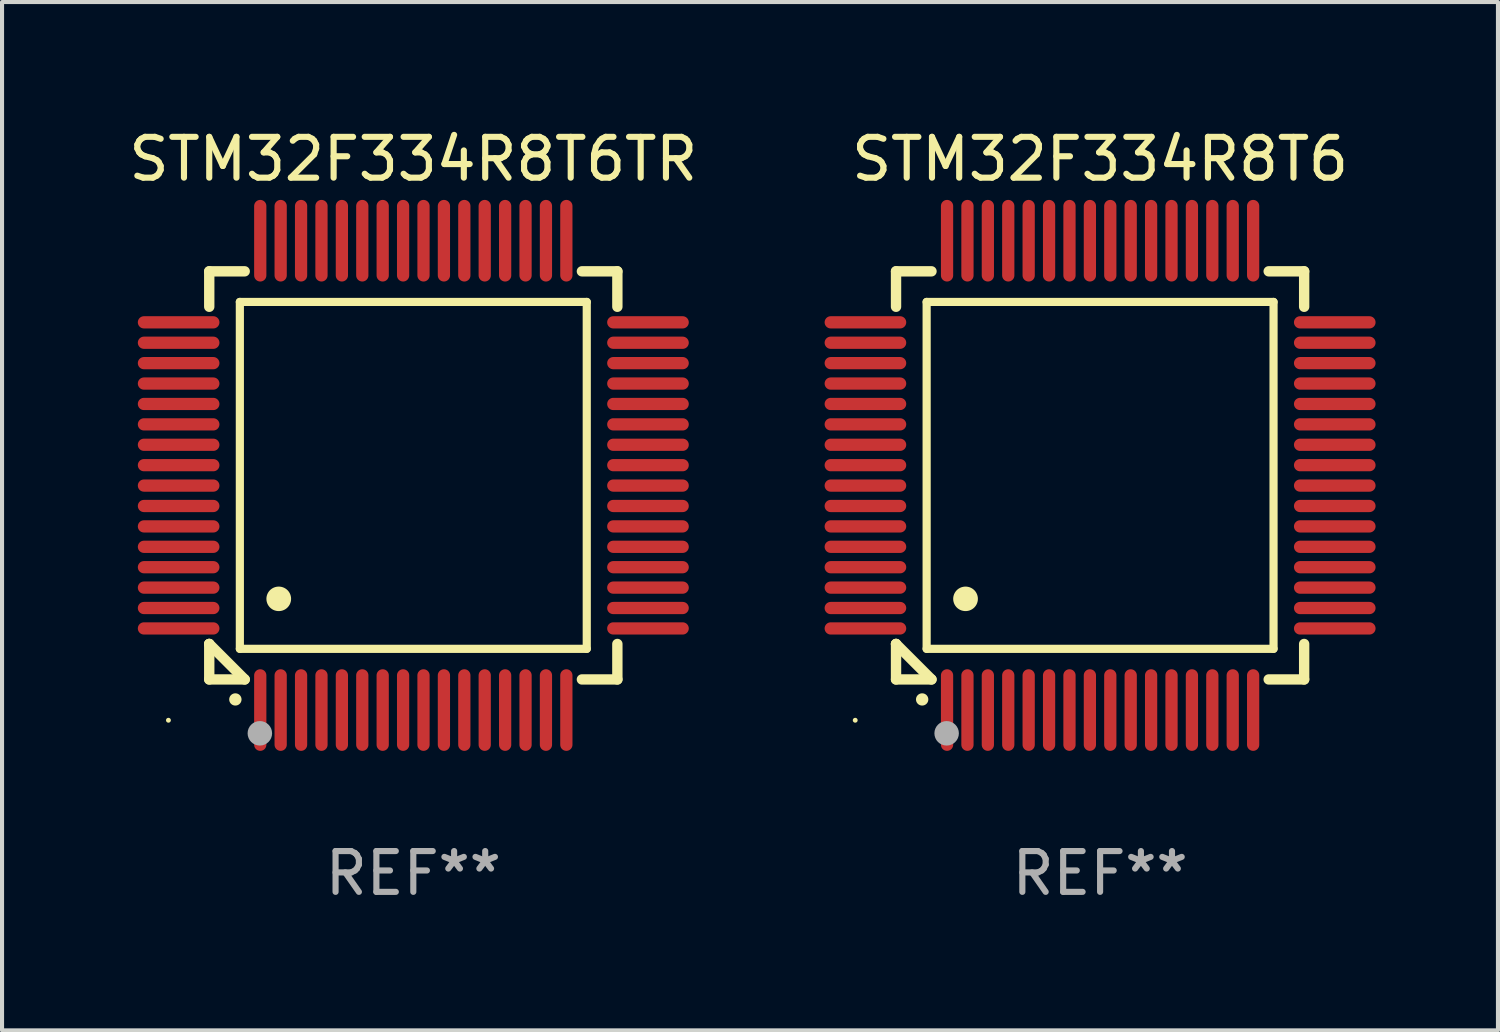
<source format=kicad_pcb>
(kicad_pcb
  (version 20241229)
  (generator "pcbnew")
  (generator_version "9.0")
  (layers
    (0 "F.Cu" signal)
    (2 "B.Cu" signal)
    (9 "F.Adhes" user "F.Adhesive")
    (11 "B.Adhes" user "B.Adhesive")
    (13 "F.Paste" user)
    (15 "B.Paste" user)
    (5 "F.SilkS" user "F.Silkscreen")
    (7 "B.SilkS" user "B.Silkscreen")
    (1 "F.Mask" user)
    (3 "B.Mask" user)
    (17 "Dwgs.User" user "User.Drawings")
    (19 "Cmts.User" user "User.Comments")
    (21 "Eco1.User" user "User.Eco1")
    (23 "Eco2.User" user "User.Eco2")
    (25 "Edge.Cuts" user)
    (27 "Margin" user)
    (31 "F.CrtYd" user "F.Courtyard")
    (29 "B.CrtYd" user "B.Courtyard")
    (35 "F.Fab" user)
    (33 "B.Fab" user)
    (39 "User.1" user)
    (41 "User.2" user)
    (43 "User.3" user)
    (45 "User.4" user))
  (footprint "STM32F334R8T6TR"
    (layer "F.Cu")
    (at 7.077 8.598)
    (property "Reference" "STM32F334R8T6TR" (at 0 -7.75 0) (layer "F.SilkS") (effects (font (size 1 1) (thickness 0.15))))
    (attr through_hole)
    (fp_line (start -5 -5) (end -4.131 -5) (stroke (width 0.254) (type solid)) (layer "F.SilkS"))
    (fp_line (start -5 -4.131) (end -5 -5) (stroke (width 0.254) (type solid)) (layer "F.SilkS"))
    (fp_line (start -5 4.131) (end -5 4.131) (stroke (width 0.254) (type solid)) (layer "F.SilkS"))
    (fp_line (start -5 5) (end -5 4.131) (stroke (width 0.254) (type solid)) (layer "F.SilkS"))
    (fp_line (start -5 4.131) (end -4.131 5) (stroke (width 0.254) (type solid)) (layer "F.SilkS"))
    (fp_line (start -4.25 -4.25) (end -4.25 4.25) (stroke (width 0.2) (type solid)) (layer "F.SilkS"))
    (fp_line (start -4.25 4.25) (end 4.25 4.25) (stroke (width 0.2) (type solid)) (layer "F.SilkS"))
    (fp_line (start -4.131 5) (end -5 5) (stroke (width 0.254) (type solid)) (layer "F.SilkS"))
    (fp_line (start 4.25 -4.25) (end -4.25 -4.25) (stroke (width 0.2) (type solid)) (layer "F.SilkS"))
    (fp_line (start 4.25 4.25) (end 4.25 -4.25) (stroke (width 0.2) (type solid)) (layer "F.SilkS"))
    (fp_line (start 5 -5) (end 4.131 -5) (stroke (width 0.254) (type solid)) (layer "F.SilkS"))
    (fp_line (start 5 -5) (end 5 -4.131) (stroke (width 0.254) (type solid)) (layer "F.SilkS"))
    (fp_line (start 5 4.131) (end 5 5) (stroke (width 0.254) (type solid)) (layer "F.SilkS"))
    (fp_line (start 5 5) (end 4.131 5) (stroke (width 0.254) (type solid)) (layer "F.SilkS"))
    (fp_arc (start -4.361265 5.489992) (mid -4.359995 5.489987) (end -4.358725 5.489992) (stroke (width 0.3) (type solid)) (layer "F.SilkS"))
    (fp_arc (start -3.299467 3.025146) (mid -3.296927 3.025135) (end -3.294387 3.025146) (stroke (width 0.6) (type solid)) (layer "F.SilkS"))
    (fp_circle (center -6 6) (end -5.97 6) (stroke (width 0.06) (type solid)) (fill no) (layer "F.SilkS"))
    (fp_circle (center -3.76 6.32) (end -3.61 6.32) (stroke (width 0.3) (type solid)) (fill no) (layer "F.Fab"))
    (fp_text user "REF**" (at 0 9.75 0) (layer "F.Fab") (effects (font (size 1 1) (thickness 0.15))))
    (pad "1" smd oval (at -3.75 5.75) (size 0.3 2) (layers "F.Cu" "F.Mask" "F.Paste"))
    (pad "2" smd oval (at -3.25 5.75) (size 0.3 2) (layers "F.Cu" "F.Mask" "F.Paste"))
    (pad "3" smd oval (at -2.75 5.75) (size 0.3 2) (layers "F.Cu" "F.Mask" "F.Paste"))
    (pad "4" smd oval (at -2.25 5.75) (size 0.3 2) (layers "F.Cu" "F.Mask" "F.Paste"))
    (pad "5" smd oval (at -1.75 5.75) (size 0.3 2) (layers "F.Cu" "F.Mask" "F.Paste"))
    (pad "6" smd oval (at -1.25 5.75) (size 0.3 2) (layers "F.Cu" "F.Mask" "F.Paste"))
    (pad "7" smd oval (at -0.75 5.75) (size 0.3 2) (layers "F.Cu" "F.Mask" "F.Paste"))
    (pad "8" smd oval (at -0.25 5.75) (size 0.3 2) (layers "F.Cu" "F.Mask" "F.Paste"))
    (pad "9" smd oval (at 0.25 5.75) (size 0.3 2) (layers "F.Cu" "F.Mask" "F.Paste"))
    (pad "10" smd oval (at 0.75 5.75) (size 0.3 2) (layers "F.Cu" "F.Mask" "F.Paste"))
    (pad "11" smd oval (at 1.25 5.75) (size 0.3 2) (layers "F.Cu" "F.Mask" "F.Paste"))
    (pad "12" smd oval (at 1.75 5.75) (size 0.3 2) (layers "F.Cu" "F.Mask" "F.Paste"))
    (pad "13" smd oval (at 2.25 5.75) (size 0.3 2) (layers "F.Cu" "F.Mask" "F.Paste"))
    (pad "14" smd oval (at 2.75 5.75) (size 0.3 2) (layers "F.Cu" "F.Mask" "F.Paste"))
    (pad "15" smd oval (at 3.25 5.75) (size 0.3 2) (layers "F.Cu" "F.Mask" "F.Paste"))
    (pad "16" smd oval (at 3.75 5.75) (size 0.3 2) (layers "F.Cu" "F.Mask" "F.Paste"))
    (pad "17" smd oval (at 5.75 3.75) (size 2 0.3) (layers "F.Cu" "F.Mask" "F.Paste"))
    (pad "18" smd oval (at 5.75 3.25) (size 2 0.3) (layers "F.Cu" "F.Mask" "F.Paste"))
    (pad "19" smd oval (at 5.75 2.75) (size 2 0.3) (layers "F.Cu" "F.Mask" "F.Paste"))
    (pad "20" smd oval (at 5.75 2.25) (size 2 0.3) (layers "F.Cu" "F.Mask" "F.Paste"))
    (pad "21" smd oval (at 5.75 1.75) (size 2 0.3) (layers "F.Cu" "F.Mask" "F.Paste"))
    (pad "22" smd oval (at 5.75 1.25) (size 2 0.3) (layers "F.Cu" "F.Mask" "F.Paste"))
    (pad "23" smd oval (at 5.75 0.75) (size 2 0.3) (layers "F.Cu" "F.Mask" "F.Paste"))
    (pad "24" smd oval (at 5.75 0.25) (size 2 0.3) (layers "F.Cu" "F.Mask" "F.Paste"))
    (pad "25" smd oval (at 5.75 -0.25) (size 2 0.3) (layers "F.Cu" "F.Mask" "F.Paste"))
    (pad "26" smd oval (at 5.75 -0.75) (size 2 0.3) (layers "F.Cu" "F.Mask" "F.Paste"))
    (pad "27" smd oval (at 5.75 -1.25) (size 2 0.3) (layers "F.Cu" "F.Mask" "F.Paste"))
    (pad "28" smd oval (at 5.75 -1.75) (size 2 0.3) (layers "F.Cu" "F.Mask" "F.Paste"))
    (pad "29" smd oval (at 5.75 -2.25) (size 2 0.3) (layers "F.Cu" "F.Mask" "F.Paste"))
    (pad "30" smd oval (at 5.75 -2.75) (size 2 0.3) (layers "F.Cu" "F.Mask" "F.Paste"))
    (pad "31" smd oval (at 5.75 -3.25) (size 2 0.3) (layers "F.Cu" "F.Mask" "F.Paste"))
    (pad "32" smd oval (at 5.75 -3.75) (size 2 0.3) (layers "F.Cu" "F.Mask" "F.Paste"))
    (pad "33" smd oval (at 3.75 -5.75) (size 0.3 2) (layers "F.Cu" "F.Mask" "F.Paste"))
    (pad "34" smd oval (at 3.25 -5.75) (size 0.3 2) (layers "F.Cu" "F.Mask" "F.Paste"))
    (pad "35" smd oval (at 2.75 -5.75) (size 0.3 2) (layers "F.Cu" "F.Mask" "F.Paste"))
    (pad "36" smd oval (at 2.25 -5.75) (size 0.3 2) (layers "F.Cu" "F.Mask" "F.Paste"))
    (pad "37" smd oval (at 1.75 -5.75) (size 0.3 2) (layers "F.Cu" "F.Mask" "F.Paste"))
    (pad "38" smd oval (at 1.25 -5.75) (size 0.3 2) (layers "F.Cu" "F.Mask" "F.Paste"))
    (pad "39" smd oval (at 0.75 -5.75) (size 0.3 2) (layers "F.Cu" "F.Mask" "F.Paste"))
    (pad "40" smd oval (at 0.25 -5.75) (size 0.3 2) (layers "F.Cu" "F.Mask" "F.Paste"))
    (pad "41" smd oval (at -0.25 -5.75) (size 0.3 2) (layers "F.Cu" "F.Mask" "F.Paste"))
    (pad "42" smd oval (at -0.75 -5.75) (size 0.3 2) (layers "F.Cu" "F.Mask" "F.Paste"))
    (pad "43" smd oval (at -1.25 -5.75) (size 0.3 2) (layers "F.Cu" "F.Mask" "F.Paste"))
    (pad "44" smd oval (at -1.75 -5.75) (size 0.3 2) (layers "F.Cu" "F.Mask" "F.Paste"))
    (pad "45" smd oval (at -2.25 -5.75) (size 0.3 2) (layers "F.Cu" "F.Mask" "F.Paste"))
    (pad "46" smd oval (at -2.75 -5.75) (size 0.3 2) (layers "F.Cu" "F.Mask" "F.Paste"))
    (pad "47" smd oval (at -3.25 -5.75) (size 0.3 2) (layers "F.Cu" "F.Mask" "F.Paste"))
    (pad "48" smd oval (at -3.75 -5.75) (size 0.3 2) (layers "F.Cu" "F.Mask" "F.Paste"))
    (pad "49" smd oval (at -5.75 -3.75) (size 2 0.3) (layers "F.Cu" "F.Mask" "F.Paste"))
    (pad "50" smd oval (at -5.75 -3.25) (size 2 0.3) (layers "F.Cu" "F.Mask" "F.Paste"))
    (pad "51" smd oval (at -5.75 -2.75) (size 2 0.3) (layers "F.Cu" "F.Mask" "F.Paste"))
    (pad "52" smd oval (at -5.75 -2.25) (size 2 0.3) (layers "F.Cu" "F.Mask" "F.Paste"))
    (pad "53" smd oval (at -5.75 -1.75) (size 2 0.3) (layers "F.Cu" "F.Mask" "F.Paste"))
    (pad "54" smd oval (at -5.75 -1.25) (size 2 0.3) (layers "F.Cu" "F.Mask" "F.Paste"))
    (pad "55" smd oval (at -5.75 -0.75) (size 2 0.3) (layers "F.Cu" "F.Mask" "F.Paste"))
    (pad "56" smd oval (at -5.75 -0.25) (size 2 0.3) (layers "F.Cu" "F.Mask" "F.Paste"))
    (pad "57" smd oval (at -5.75 0.25) (size 2 0.3) (layers "F.Cu" "F.Mask" "F.Paste"))
    (pad "58" smd oval (at -5.75 0.75) (size 2 0.3) (layers "F.Cu" "F.Mask" "F.Paste"))
    (pad "59" smd oval (at -5.75 1.25) (size 2 0.3) (layers "F.Cu" "F.Mask" "F.Paste"))
    (pad "60" smd oval (at -5.75 1.75) (size 2 0.3) (layers "F.Cu" "F.Mask" "F.Paste"))
    (pad "61" smd oval (at -5.75 2.25) (size 2 0.3) (layers "F.Cu" "F.Mask" "F.Paste"))
    (pad "62" smd oval (at -5.75 2.75) (size 2 0.3) (layers "F.Cu" "F.Mask" "F.Paste"))
    (pad "63" smd oval (at -5.75 3.25) (size 2 0.3) (layers "F.Cu" "F.Mask" "F.Paste"))
    (pad "64" smd oval (at -5.75 3.75) (size 2 0.3) (layers "F.Cu" "F.Mask" "F.Paste")))
  (footprint "STM32F334R8T6"
    (layer "F.Cu")
    (at 23.905 8.598)
    (property "Reference" "STM32F334R8T6" (at 0 -7.75 0) (layer "F.SilkS") (effects (font (size 1 1) (thickness 0.15))))
    (attr through_hole)
    (fp_line (start -5 -5) (end -4.131 -5) (stroke (width 0.254) (type solid)) (layer "F.SilkS"))
    (fp_line (start -5 -4.131) (end -5 -5) (stroke (width 0.254) (type solid)) (layer "F.SilkS"))
    (fp_line (start -5 4.131) (end -5 4.131) (stroke (width 0.254) (type solid)) (layer "F.SilkS"))
    (fp_line (start -5 5) (end -5 4.131) (stroke (width 0.254) (type solid)) (layer "F.SilkS"))
    (fp_line (start -5 4.131) (end -4.131 5) (stroke (width 0.254) (type solid)) (layer "F.SilkS"))
    (fp_line (start -4.25 -4.25) (end -4.25 4.25) (stroke (width 0.2) (type solid)) (layer "F.SilkS"))
    (fp_line (start -4.25 4.25) (end 4.25 4.25) (stroke (width 0.2) (type solid)) (layer "F.SilkS"))
    (fp_line (start -4.131 5) (end -5 5) (stroke (width 0.254) (type solid)) (layer "F.SilkS"))
    (fp_line (start 4.25 -4.25) (end -4.25 -4.25) (stroke (width 0.2) (type solid)) (layer "F.SilkS"))
    (fp_line (start 4.25 4.25) (end 4.25 -4.25) (stroke (width 0.2) (type solid)) (layer "F.SilkS"))
    (fp_line (start 5 -5) (end 4.131 -5) (stroke (width 0.254) (type solid)) (layer "F.SilkS"))
    (fp_line (start 5 -5) (end 5 -4.131) (stroke (width 0.254) (type solid)) (layer "F.SilkS"))
    (fp_line (start 5 4.131) (end 5 5) (stroke (width 0.254) (type solid)) (layer "F.SilkS"))
    (fp_line (start 5 5) (end 4.131 5) (stroke (width 0.254) (type solid)) (layer "F.SilkS"))
    (fp_arc (start -4.361265 5.489992) (mid -4.359995 5.489987) (end -4.358725 5.489992) (stroke (width 0.3) (type solid)) (layer "F.SilkS"))
    (fp_arc (start -3.299467 3.025146) (mid -3.296927 3.025135) (end -3.294387 3.025146) (stroke (width 0.6) (type solid)) (layer "F.SilkS"))
    (fp_circle (center -6 6) (end -5.97 6) (stroke (width 0.06) (type solid)) (fill no) (layer "F.SilkS"))
    (fp_circle (center -3.76 6.32) (end -3.61 6.32) (stroke (width 0.3) (type solid)) (fill no) (layer "F.Fab"))
    (fp_text user "REF**" (at 0 9.75 0) (layer "F.Fab") (effects (font (size 1 1) (thickness 0.15))))
    (pad "1" smd oval (at -3.75 5.75) (size 0.3 2) (layers "F.Cu" "F.Mask" "F.Paste"))
    (pad "2" smd oval (at -3.25 5.75) (size 0.3 2) (layers "F.Cu" "F.Mask" "F.Paste"))
    (pad "3" smd oval (at -2.75 5.75) (size 0.3 2) (layers "F.Cu" "F.Mask" "F.Paste"))
    (pad "4" smd oval (at -2.25 5.75) (size 0.3 2) (layers "F.Cu" "F.Mask" "F.Paste"))
    (pad "5" smd oval (at -1.75 5.75) (size 0.3 2) (layers "F.Cu" "F.Mask" "F.Paste"))
    (pad "6" smd oval (at -1.25 5.75) (size 0.3 2) (layers "F.Cu" "F.Mask" "F.Paste"))
    (pad "7" smd oval (at -0.75 5.75) (size 0.3 2) (layers "F.Cu" "F.Mask" "F.Paste"))
    (pad "8" smd oval (at -0.25 5.75) (size 0.3 2) (layers "F.Cu" "F.Mask" "F.Paste"))
    (pad "9" smd oval (at 0.25 5.75) (size 0.3 2) (layers "F.Cu" "F.Mask" "F.Paste"))
    (pad "10" smd oval (at 0.75 5.75) (size 0.3 2) (layers "F.Cu" "F.Mask" "F.Paste"))
    (pad "11" smd oval (at 1.25 5.75) (size 0.3 2) (layers "F.Cu" "F.Mask" "F.Paste"))
    (pad "12" smd oval (at 1.75 5.75) (size 0.3 2) (layers "F.Cu" "F.Mask" "F.Paste"))
    (pad "13" smd oval (at 2.25 5.75) (size 0.3 2) (layers "F.Cu" "F.Mask" "F.Paste"))
    (pad "14" smd oval (at 2.75 5.75) (size 0.3 2) (layers "F.Cu" "F.Mask" "F.Paste"))
    (pad "15" smd oval (at 3.25 5.75) (size 0.3 2) (layers "F.Cu" "F.Mask" "F.Paste"))
    (pad "16" smd oval (at 3.75 5.75) (size 0.3 2) (layers "F.Cu" "F.Mask" "F.Paste"))
    (pad "17" smd oval (at 5.75 3.75) (size 2 0.3) (layers "F.Cu" "F.Mask" "F.Paste"))
    (pad "18" smd oval (at 5.75 3.25) (size 2 0.3) (layers "F.Cu" "F.Mask" "F.Paste"))
    (pad "19" smd oval (at 5.75 2.75) (size 2 0.3) (layers "F.Cu" "F.Mask" "F.Paste"))
    (pad "20" smd oval (at 5.75 2.25) (size 2 0.3) (layers "F.Cu" "F.Mask" "F.Paste"))
    (pad "21" smd oval (at 5.75 1.75) (size 2 0.3) (layers "F.Cu" "F.Mask" "F.Paste"))
    (pad "22" smd oval (at 5.75 1.25) (size 2 0.3) (layers "F.Cu" "F.Mask" "F.Paste"))
    (pad "23" smd oval (at 5.75 0.75) (size 2 0.3) (layers "F.Cu" "F.Mask" "F.Paste"))
    (pad "24" smd oval (at 5.75 0.25) (size 2 0.3) (layers "F.Cu" "F.Mask" "F.Paste"))
    (pad "25" smd oval (at 5.75 -0.25) (size 2 0.3) (layers "F.Cu" "F.Mask" "F.Paste"))
    (pad "26" smd oval (at 5.75 -0.75) (size 2 0.3) (layers "F.Cu" "F.Mask" "F.Paste"))
    (pad "27" smd oval (at 5.75 -1.25) (size 2 0.3) (layers "F.Cu" "F.Mask" "F.Paste"))
    (pad "28" smd oval (at 5.75 -1.75) (size 2 0.3) (layers "F.Cu" "F.Mask" "F.Paste"))
    (pad "29" smd oval (at 5.75 -2.25) (size 2 0.3) (layers "F.Cu" "F.Mask" "F.Paste"))
    (pad "30" smd oval (at 5.75 -2.75) (size 2 0.3) (layers "F.Cu" "F.Mask" "F.Paste"))
    (pad "31" smd oval (at 5.75 -3.25) (size 2 0.3) (layers "F.Cu" "F.Mask" "F.Paste"))
    (pad "32" smd oval (at 5.75 -3.75) (size 2 0.3) (layers "F.Cu" "F.Mask" "F.Paste"))
    (pad "33" smd oval (at 3.75 -5.75) (size 0.3 2) (layers "F.Cu" "F.Mask" "F.Paste"))
    (pad "34" smd oval (at 3.25 -5.75) (size 0.3 2) (layers "F.Cu" "F.Mask" "F.Paste"))
    (pad "35" smd oval (at 2.75 -5.75) (size 0.3 2) (layers "F.Cu" "F.Mask" "F.Paste"))
    (pad "36" smd oval (at 2.25 -5.75) (size 0.3 2) (layers "F.Cu" "F.Mask" "F.Paste"))
    (pad "37" smd oval (at 1.75 -5.75) (size 0.3 2) (layers "F.Cu" "F.Mask" "F.Paste"))
    (pad "38" smd oval (at 1.25 -5.75) (size 0.3 2) (layers "F.Cu" "F.Mask" "F.Paste"))
    (pad "39" smd oval (at 0.75 -5.75) (size 0.3 2) (layers "F.Cu" "F.Mask" "F.Paste"))
    (pad "40" smd oval (at 0.25 -5.75) (size 0.3 2) (layers "F.Cu" "F.Mask" "F.Paste"))
    (pad "41" smd oval (at -0.25 -5.75) (size 0.3 2) (layers "F.Cu" "F.Mask" "F.Paste"))
    (pad "42" smd oval (at -0.75 -5.75) (size 0.3 2) (layers "F.Cu" "F.Mask" "F.Paste"))
    (pad "43" smd oval (at -1.25 -5.75) (size 0.3 2) (layers "F.Cu" "F.Mask" "F.Paste"))
    (pad "44" smd oval (at -1.75 -5.75) (size 0.3 2) (layers "F.Cu" "F.Mask" "F.Paste"))
    (pad "45" smd oval (at -2.25 -5.75) (size 0.3 2) (layers "F.Cu" "F.Mask" "F.Paste"))
    (pad "46" smd oval (at -2.75 -5.75) (size 0.3 2) (layers "F.Cu" "F.Mask" "F.Paste"))
    (pad "47" smd oval (at -3.25 -5.75) (size 0.3 2) (layers "F.Cu" "F.Mask" "F.Paste"))
    (pad "48" smd oval (at -3.75 -5.75) (size 0.3 2) (layers "F.Cu" "F.Mask" "F.Paste"))
    (pad "49" smd oval (at -5.75 -3.75) (size 2 0.3) (layers "F.Cu" "F.Mask" "F.Paste"))
    (pad "50" smd oval (at -5.75 -3.25) (size 2 0.3) (layers "F.Cu" "F.Mask" "F.Paste"))
    (pad "51" smd oval (at -5.75 -2.75) (size 2 0.3) (layers "F.Cu" "F.Mask" "F.Paste"))
    (pad "52" smd oval (at -5.75 -2.25) (size 2 0.3) (layers "F.Cu" "F.Mask" "F.Paste"))
    (pad "53" smd oval (at -5.75 -1.75) (size 2 0.3) (layers "F.Cu" "F.Mask" "F.Paste"))
    (pad "54" smd oval (at -5.75 -1.25) (size 2 0.3) (layers "F.Cu" "F.Mask" "F.Paste"))
    (pad "55" smd oval (at -5.75 -0.75) (size 2 0.3) (layers "F.Cu" "F.Mask" "F.Paste"))
    (pad "56" smd oval (at -5.75 -0.25) (size 2 0.3) (layers "F.Cu" "F.Mask" "F.Paste"))
    (pad "57" smd oval (at -5.75 0.25) (size 2 0.3) (layers "F.Cu" "F.Mask" "F.Paste"))
    (pad "58" smd oval (at -5.75 0.75) (size 2 0.3) (layers "F.Cu" "F.Mask" "F.Paste"))
    (pad "59" smd oval (at -5.75 1.25) (size 2 0.3) (layers "F.Cu" "F.Mask" "F.Paste"))
    (pad "60" smd oval (at -5.75 1.75) (size 2 0.3) (layers "F.Cu" "F.Mask" "F.Paste"))
    (pad "61" smd oval (at -5.75 2.25) (size 2 0.3) (layers "F.Cu" "F.Mask" "F.Paste"))
    (pad "62" smd oval (at -5.75 2.75) (size 2 0.3) (layers "F.Cu" "F.Mask" "F.Paste"))
    (pad "63" smd oval (at -5.75 3.25) (size 2 0.3) (layers "F.Cu" "F.Mask" "F.Paste"))
    (pad "64" smd oval (at -5.75 3.75) (size 2 0.3) (layers "F.Cu" "F.Mask" "F.Paste")))
  (gr_rect
    (start -3 -3)
    (end 33.654 22.196)
    (stroke (width 0.1) (type default))
    (fill no)
    (layer "Edge.Cuts")))
</source>
